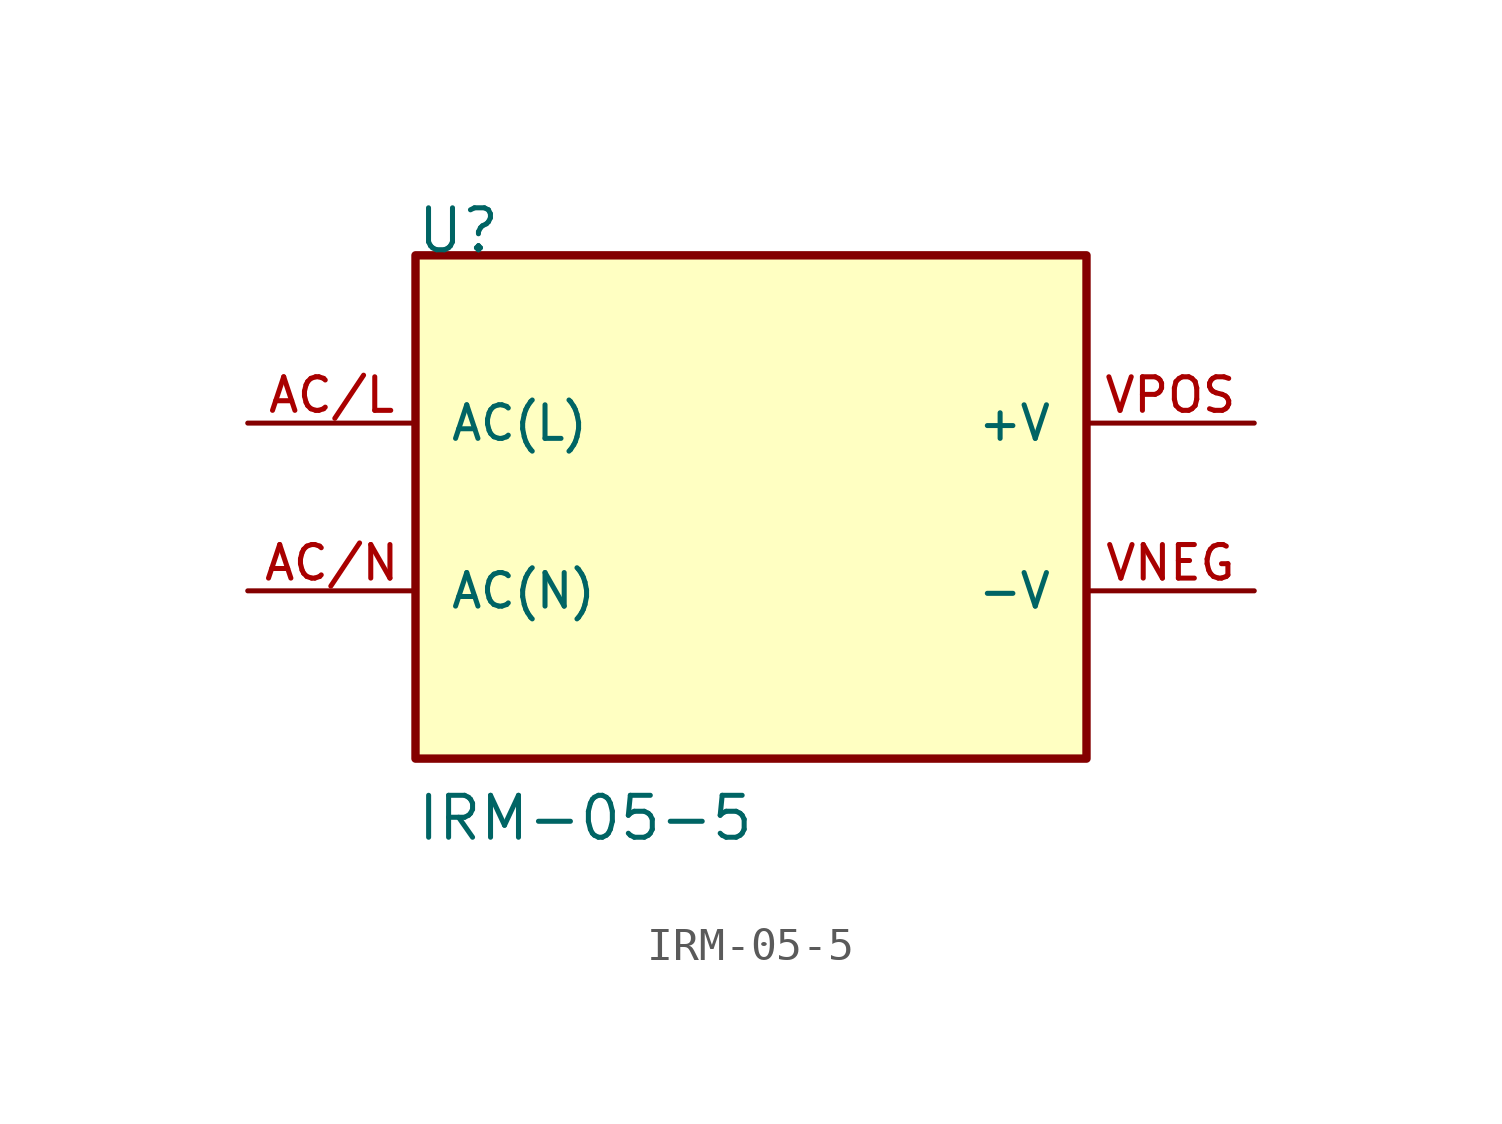
<source format=kicad_sym>
(kicad_symbol_lib
  (version 20231120)
  (generator "kicad_symbol_editor")
  (generator_version "8.0")
  (symbol "IRM-05-5"
    (pin_names
      (offset 1.016))
    (property "Reference" "U"
      (at -10.168 7.626 0)
      (effects (font (size 1.27 1.27)) (justify left bottom)))
    (property "Value" "IRM-05-5"
      (at -10.165 -10.165 0)
      (effects (font (size 1.27 1.27)) (justify left bottom)))
    (symbol "IRM-05-5_0_0"
      (rectangle (start -10.16 -7.62) (end 10.16 7.62) (stroke (width 0.254) (type default)) (fill (type background)))
      (pin input line (at -15.24 2.54 0) (length 5.08) (name "AC(L)" (effects (font (size 1.016 1.016)))) (number "AC/L" (effects (font (size 1.016 1.016)))))
      (pin input line (at -15.24 -2.54 0) (length 5.08) (name "AC(N)" (effects (font (size 1.016 1.016)))) (number "AC/N" (effects (font (size 1.016 1.016)))))
      (pin output line (at 15.24 -2.54 180) (length 5.08) (name "-V" (effects (font (size 1.016 1.016)))) (number "VNEG" (effects (font (size 1.016 1.016)))))
      (pin output line (at 15.24 2.54 180) (length 5.08) (name "+V" (effects (font (size 1.016 1.016)))) (number "VPOS" (effects (font (size 1.016 1.016))))))))
</source>
